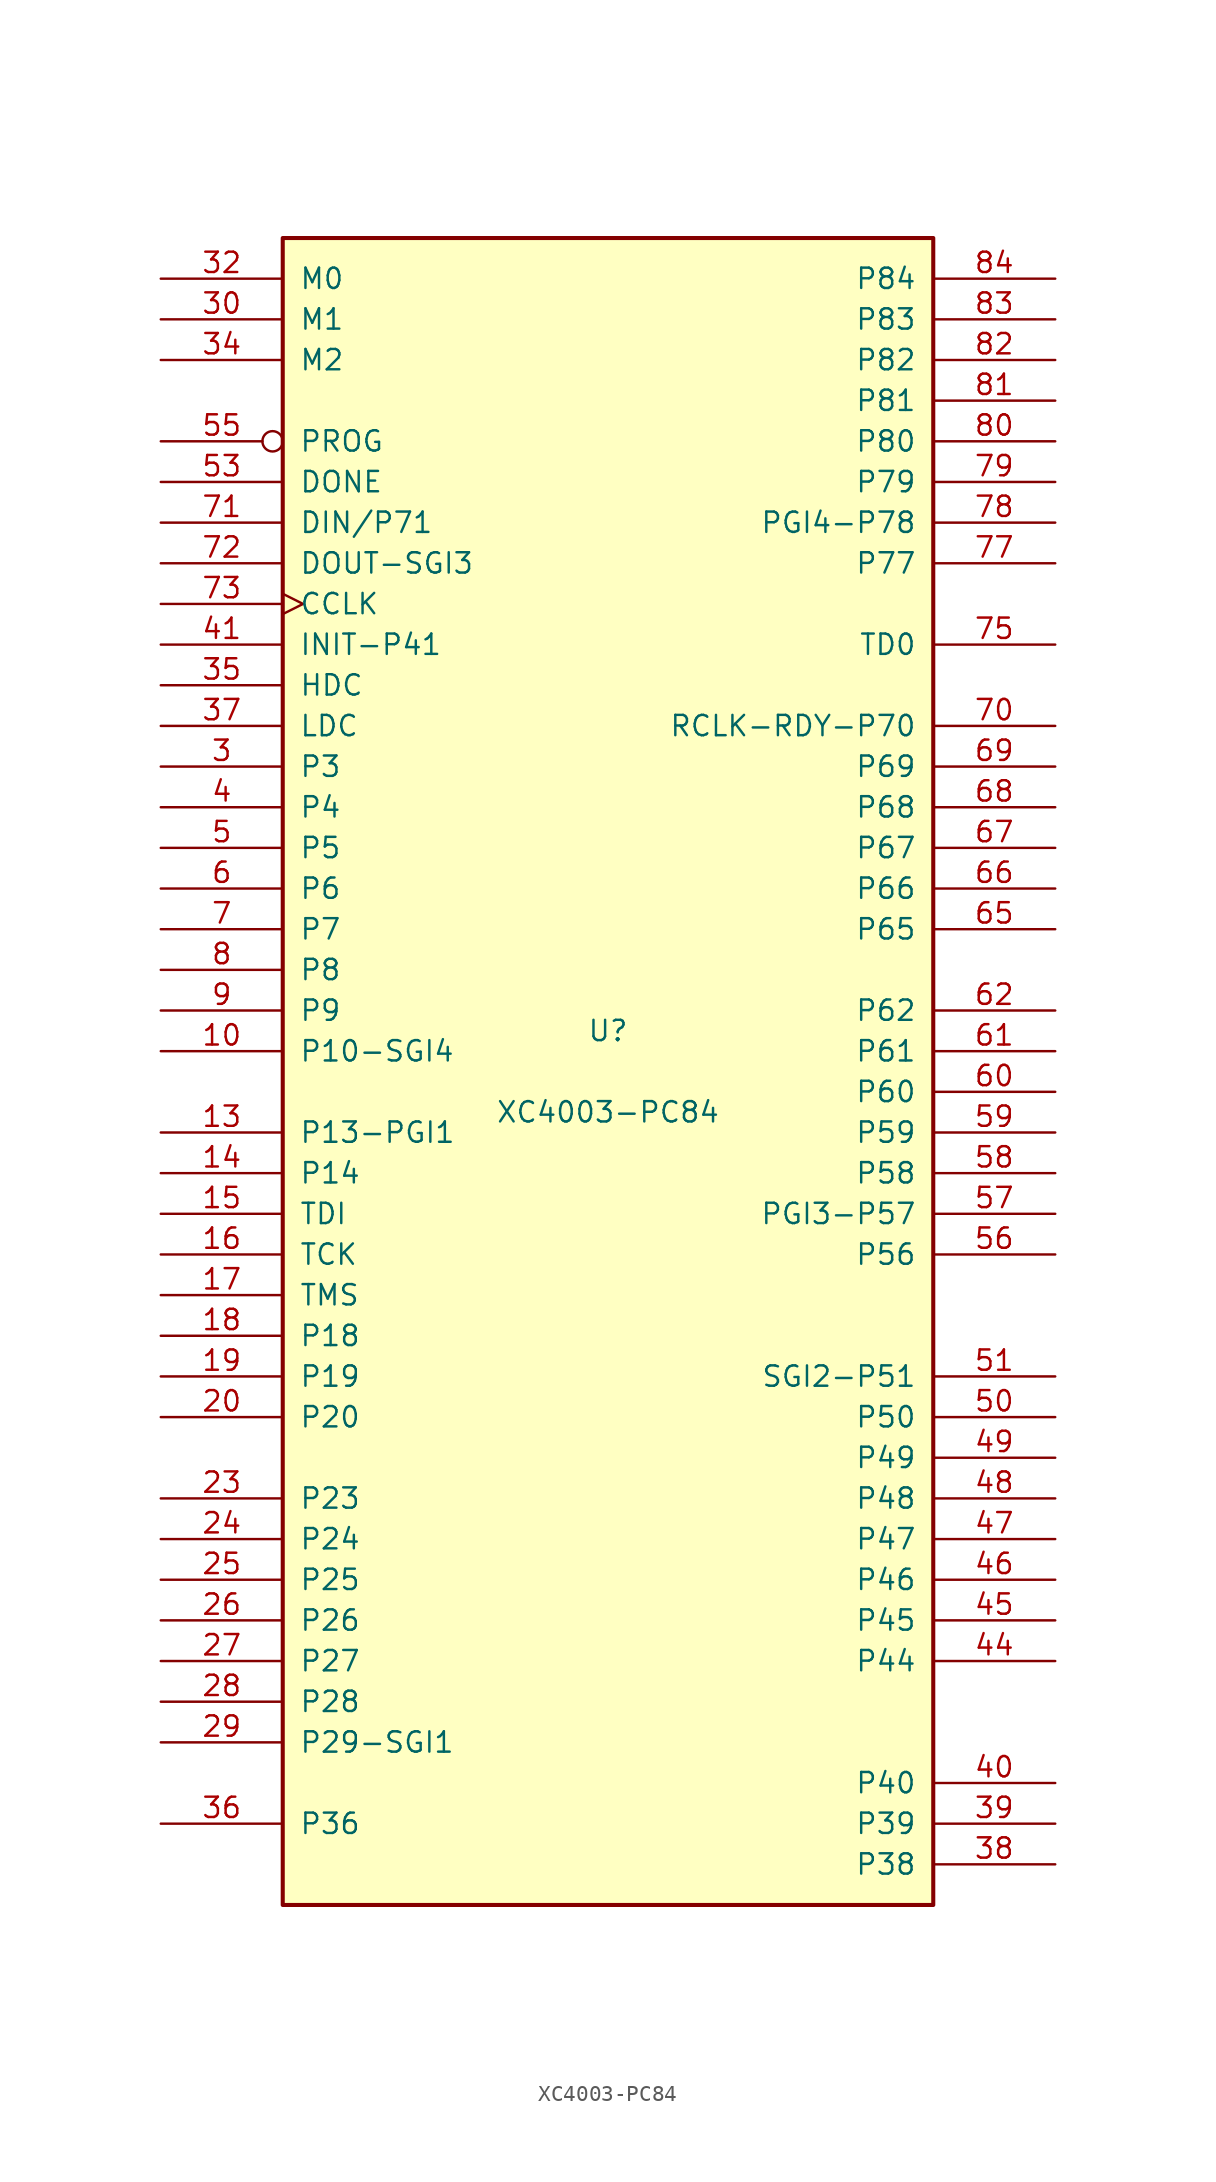
<source format=kicad_sym>
(kicad_symbol_lib
  (version 20211014)
  (generator kicad_symbol_editor)
  (symbol "XC4003-PC84"
    (pin_names
      (offset 1.016))
    (property "Reference" "U"
      (at 0 2.54 0)
      (effects (font (size 1.27 1.27))))
    (property "Value" "XC4003-PC84"
      (at 0 -2.54 0)
      (effects (font (size 1.27 1.27))))
    (symbol "XC4003-PC84_0_1"
      (rectangle (start -20.32 -52.07) (end 20.32 52.07) (stroke (width 0.254) (type default) (color 0 0 0 0)) (fill (type background))))
    (symbol "XC4003-PC84_1_1"
      (pin power_in line (at -10.16 -52.07 90) (length 0) hide (name "GND" (effects (font (size 1.27 1.27)))) (number "1" (effects (font (size 1.27 1.27)))))
      (pin passive line (at -27.94 1.27 0) (length 7.62) (name "P10-SGI4" (effects (font (size 1.27 1.27)))) (number "10" (effects (font (size 1.27 1.27)))))
      (pin power_in line (at -2.54 52.07 270) (length 0) hide (name "VCC" (effects (font (size 1.27 1.27)))) (number "11" (effects (font (size 1.27 1.27)))))
      (pin power_in line (at -7.62 -52.07 90) (length 0) hide (name "GND" (effects (font (size 1.27 1.27)))) (number "12" (effects (font (size 1.27 1.27)))))
      (pin passive line (at -27.94 -3.81 0) (length 7.62) (name "P13-PGI1" (effects (font (size 1.27 1.27)))) (number "13" (effects (font (size 1.27 1.27)))))
      (pin passive line (at -27.94 -6.35 0) (length 7.62) (name "P14" (effects (font (size 1.27 1.27)))) (number "14" (effects (font (size 1.27 1.27)))))
      (pin passive line (at -27.94 -8.89 0) (length 7.62) (name "TDI" (effects (font (size 1.27 1.27)))) (number "15" (effects (font (size 1.27 1.27)))))
      (pin passive line (at -27.94 -11.43 0) (length 7.62) (name "TCK" (effects (font (size 1.27 1.27)))) (number "16" (effects (font (size 1.27 1.27)))))
      (pin passive line (at -27.94 -13.97 0) (length 7.62) (name "TMS" (effects (font (size 1.27 1.27)))) (number "17" (effects (font (size 1.27 1.27)))))
      (pin passive line (at -27.94 -16.51 0) (length 7.62) (name "P18" (effects (font (size 1.27 1.27)))) (number "18" (effects (font (size 1.27 1.27)))))
      (pin passive line (at -27.94 -19.05 0) (length 7.62) (name "P19" (effects (font (size 1.27 1.27)))) (number "19" (effects (font (size 1.27 1.27)))))
      (pin power_in line (at -5.08 52.07 270) (length 0) hide (name "VCC" (effects (font (size 1.27 1.27)))) (number "2" (effects (font (size 1.27 1.27)))))
      (pin passive line (at -27.94 -21.59 0) (length 7.62) (name "P20" (effects (font (size 1.27 1.27)))) (number "20" (effects (font (size 1.27 1.27)))))
      (pin power_in line (at -5.08 -52.07 90) (length 0) hide (name "GND" (effects (font (size 1.27 1.27)))) (number "21" (effects (font (size 1.27 1.27)))))
      (pin passive line (at -27.94 -26.67 0) (length 7.62) (name "P23" (effects (font (size 1.27 1.27)))) (number "23" (effects (font (size 1.27 1.27)))))
      (pin passive line (at -27.94 -29.21 0) (length 7.62) (name "P24" (effects (font (size 1.27 1.27)))) (number "24" (effects (font (size 1.27 1.27)))))
      (pin passive line (at -27.94 -31.75 0) (length 7.62) (name "P25" (effects (font (size 1.27 1.27)))) (number "25" (effects (font (size 1.27 1.27)))))
      (pin passive line (at -27.94 -34.29 0) (length 7.62) (name "P26" (effects (font (size 1.27 1.27)))) (number "26" (effects (font (size 1.27 1.27)))))
      (pin passive line (at -27.94 -36.83 0) (length 7.62) (name "P27" (effects (font (size 1.27 1.27)))) (number "27" (effects (font (size 1.27 1.27)))))
      (pin passive line (at -27.94 -39.37 0) (length 7.62) (name "P28" (effects (font (size 1.27 1.27)))) (number "28" (effects (font (size 1.27 1.27)))))
      (pin passive line (at -27.94 -41.91 0) (length 7.62) (name "P29-SGI1" (effects (font (size 1.27 1.27)))) (number "29" (effects (font (size 1.27 1.27)))))
      (pin passive line (at -27.94 19.05 0) (length 7.62) (name "P3" (effects (font (size 1.27 1.27)))) (number "3" (effects (font (size 1.27 1.27)))))
      (pin input line (at -27.94 46.99 0) (length 7.62) (name "M1" (effects (font (size 1.27 1.27)))) (number "30" (effects (font (size 1.27 1.27)))))
      (pin power_in line (at -2.54 -52.07 90) (length 0) hide (name "GND" (effects (font (size 1.27 1.27)))) (number "31" (effects (font (size 1.27 1.27)))))
      (pin input line (at -27.94 49.53 0) (length 7.62) (name "M0" (effects (font (size 1.27 1.27)))) (number "32" (effects (font (size 1.27 1.27)))))
      (pin power_in line (at 0 52.07 270) (length 0) hide (name "VCC" (effects (font (size 1.27 1.27)))) (number "33" (effects (font (size 1.27 1.27)))))
      (pin input line (at -27.94 44.45 0) (length 7.62) (name "M2" (effects (font (size 1.27 1.27)))) (number "34" (effects (font (size 1.27 1.27)))))
      (pin passive line (at -27.94 24.13 0) (length 7.62) (name "HDC" (effects (font (size 1.27 1.27)))) (number "35" (effects (font (size 1.27 1.27)))))
      (pin bidirectional line (at -27.94 -46.99 0) (length 7.62) (name "P36" (effects (font (size 1.27 1.27)))) (number "36" (effects (font (size 1.27 1.27)))))
      (pin passive line (at -27.94 21.59 0) (length 7.62) (name "LDC" (effects (font (size 1.27 1.27)))) (number "37" (effects (font (size 1.27 1.27)))))
      (pin passive line (at 27.94 -49.53 180) (length 7.62) (name "P38" (effects (font (size 1.27 1.27)))) (number "38" (effects (font (size 1.27 1.27)))))
      (pin passive line (at 27.94 -46.99 180) (length 7.62) (name "P39" (effects (font (size 1.27 1.27)))) (number "39" (effects (font (size 1.27 1.27)))))
      (pin passive line (at -27.94 16.51 0) (length 7.62) (name "P4" (effects (font (size 1.27 1.27)))) (number "4" (effects (font (size 1.27 1.27)))))
      (pin passive line (at 27.94 -44.45 180) (length 7.62) (name "P40" (effects (font (size 1.27 1.27)))) (number "40" (effects (font (size 1.27 1.27)))))
      (pin bidirectional line (at -27.94 26.67 0) (length 7.62) (name "INIT-P41" (effects (font (size 1.27 1.27)))) (number "41" (effects (font (size 1.27 1.27)))))
      (pin power_in line (at 2.54 52.07 270) (length 0) hide (name "VCC" (effects (font (size 1.27 1.27)))) (number "42" (effects (font (size 1.27 1.27)))))
      (pin power_in line (at 0 -52.07 90) (length 0) hide (name "GND" (effects (font (size 1.27 1.27)))) (number "43" (effects (font (size 1.27 1.27)))))
      (pin passive line (at 27.94 -36.83 180) (length 7.62) (name "P44" (effects (font (size 1.27 1.27)))) (number "44" (effects (font (size 1.27 1.27)))))
      (pin passive line (at 27.94 -34.29 180) (length 7.62) (name "P45" (effects (font (size 1.27 1.27)))) (number "45" (effects (font (size 1.27 1.27)))))
      (pin passive line (at 27.94 -31.75 180) (length 7.62) (name "P46" (effects (font (size 1.27 1.27)))) (number "46" (effects (font (size 1.27 1.27)))))
      (pin passive line (at 27.94 -29.21 180) (length 7.62) (name "P47" (effects (font (size 1.27 1.27)))) (number "47" (effects (font (size 1.27 1.27)))))
      (pin passive line (at 27.94 -26.67 180) (length 7.62) (name "P48" (effects (font (size 1.27 1.27)))) (number "48" (effects (font (size 1.27 1.27)))))
      (pin passive line (at 27.94 -24.13 180) (length 7.62) (name "P49" (effects (font (size 1.27 1.27)))) (number "49" (effects (font (size 1.27 1.27)))))
      (pin passive line (at -27.94 13.97 0) (length 7.62) (name "P5" (effects (font (size 1.27 1.27)))) (number "5" (effects (font (size 1.27 1.27)))))
      (pin passive line (at 27.94 -21.59 180) (length 7.62) (name "P50" (effects (font (size 1.27 1.27)))) (number "50" (effects (font (size 1.27 1.27)))))
      (pin passive line (at 27.94 -19.05 180) (length 7.62) (name "SGI2-P51" (effects (font (size 1.27 1.27)))) (number "51" (effects (font (size 1.27 1.27)))))
      (pin power_in line (at 2.54 -52.07 90) (length 0) hide (name "GND" (effects (font (size 1.27 1.27)))) (number "52" (effects (font (size 1.27 1.27)))))
      (pin bidirectional line (at -27.94 36.83 0) (length 7.62) (name "DONE" (effects (font (size 1.27 1.27)))) (number "53" (effects (font (size 1.27 1.27)))))
      (pin power_in line (at 5.08 52.07 270) (length 0) hide (name "VCC" (effects (font (size 1.27 1.27)))) (number "54" (effects (font (size 1.27 1.27)))))
      (pin input inverted (at -27.94 39.37 0) (length 7.62) (name "PROG" (effects (font (size 1.27 1.27)))) (number "55" (effects (font (size 1.27 1.27)))))
      (pin passive line (at 27.94 -11.43 180) (length 7.62) (name "P56" (effects (font (size 1.27 1.27)))) (number "56" (effects (font (size 1.27 1.27)))))
      (pin passive line (at 27.94 -8.89 180) (length 7.62) (name "PGI3-P57" (effects (font (size 1.27 1.27)))) (number "57" (effects (font (size 1.27 1.27)))))
      (pin passive line (at 27.94 -6.35 180) (length 7.62) (name "P58" (effects (font (size 1.27 1.27)))) (number "58" (effects (font (size 1.27 1.27)))))
      (pin passive line (at 27.94 -3.81 180) (length 7.62) (name "P59" (effects (font (size 1.27 1.27)))) (number "59" (effects (font (size 1.27 1.27)))))
      (pin passive line (at -27.94 11.43 0) (length 7.62) (name "P6" (effects (font (size 1.27 1.27)))) (number "6" (effects (font (size 1.27 1.27)))))
      (pin passive line (at 27.94 -1.27 180) (length 7.62) (name "P60" (effects (font (size 1.27 1.27)))) (number "60" (effects (font (size 1.27 1.27)))))
      (pin passive line (at 27.94 1.27 180) (length 7.62) (name "P61" (effects (font (size 1.27 1.27)))) (number "61" (effects (font (size 1.27 1.27)))))
      (pin passive line (at 27.94 3.81 180) (length 7.62) (name "P62" (effects (font (size 1.27 1.27)))) (number "62" (effects (font (size 1.27 1.27)))))
      (pin power_in line (at 5.08 -52.07 90) (length 0) hide (name "GND" (effects (font (size 1.27 1.27)))) (number "64" (effects (font (size 1.27 1.27)))))
      (pin passive line (at 27.94 8.89 180) (length 7.62) (name "P65" (effects (font (size 1.27 1.27)))) (number "65" (effects (font (size 1.27 1.27)))))
      (pin passive line (at 27.94 11.43 180) (length 7.62) (name "P66" (effects (font (size 1.27 1.27)))) (number "66" (effects (font (size 1.27 1.27)))))
      (pin passive line (at 27.94 13.97 180) (length 7.62) (name "P67" (effects (font (size 1.27 1.27)))) (number "67" (effects (font (size 1.27 1.27)))))
      (pin passive line (at 27.94 16.51 180) (length 7.62) (name "P68" (effects (font (size 1.27 1.27)))) (number "68" (effects (font (size 1.27 1.27)))))
      (pin passive line (at 27.94 19.05 180) (length 7.62) (name "P69" (effects (font (size 1.27 1.27)))) (number "69" (effects (font (size 1.27 1.27)))))
      (pin passive line (at -27.94 8.89 0) (length 7.62) (name "P7" (effects (font (size 1.27 1.27)))) (number "7" (effects (font (size 1.27 1.27)))))
      (pin passive line (at 27.94 21.59 180) (length 7.62) (name "RCLK-RDY-P70" (effects (font (size 1.27 1.27)))) (number "70" (effects (font (size 1.27 1.27)))))
      (pin input line (at -27.94 34.29 0) (length 7.62) (name "DIN/P71" (effects (font (size 1.27 1.27)))) (number "71" (effects (font (size 1.27 1.27)))))
      (pin passive line (at -27.94 31.75 0) (length 7.62) (name "DOUT-SGI3" (effects (font (size 1.27 1.27)))) (number "72" (effects (font (size 1.27 1.27)))))
      (pin passive clock (at -27.94 29.21 0) (length 7.62) (name "CCLK" (effects (font (size 1.27 1.27)))) (number "73" (effects (font (size 1.27 1.27)))))
      (pin power_in line (at 7.62 52.07 270) (length 0) hide (name "VCC" (effects (font (size 1.27 1.27)))) (number "74" (effects (font (size 1.27 1.27)))))
      (pin passive line (at 27.94 26.67 180) (length 7.62) (name "TD0" (effects (font (size 1.27 1.27)))) (number "75" (effects (font (size 1.27 1.27)))))
      (pin power_in line (at 7.62 -52.07 90) (length 0) hide (name "GND" (effects (font (size 1.27 1.27)))) (number "76" (effects (font (size 1.27 1.27)))))
      (pin passive line (at 27.94 31.75 180) (length 7.62) (name "P77" (effects (font (size 1.27 1.27)))) (number "77" (effects (font (size 1.27 1.27)))))
      (pin passive line (at 27.94 34.29 180) (length 7.62) (name "PGI4-P78" (effects (font (size 1.27 1.27)))) (number "78" (effects (font (size 1.27 1.27)))))
      (pin passive line (at 27.94 36.83 180) (length 7.62) (name "P79" (effects (font (size 1.27 1.27)))) (number "79" (effects (font (size 1.27 1.27)))))
      (pin passive line (at -27.94 6.35 0) (length 7.62) (name "P8" (effects (font (size 1.27 1.27)))) (number "8" (effects (font (size 1.27 1.27)))))
      (pin passive line (at 27.94 39.37 180) (length 7.62) (name "P80" (effects (font (size 1.27 1.27)))) (number "80" (effects (font (size 1.27 1.27)))))
      (pin passive line (at 27.94 41.91 180) (length 7.62) (name "P81" (effects (font (size 1.27 1.27)))) (number "81" (effects (font (size 1.27 1.27)))))
      (pin passive line (at 27.94 44.45 180) (length 7.62) (name "P82" (effects (font (size 1.27 1.27)))) (number "82" (effects (font (size 1.27 1.27)))))
      (pin passive line (at 27.94 46.99 180) (length 7.62) (name "P83" (effects (font (size 1.27 1.27)))) (number "83" (effects (font (size 1.27 1.27)))))
      (pin passive line (at 27.94 49.53 180) (length 7.62) (name "P84" (effects (font (size 1.27 1.27)))) (number "84" (effects (font (size 1.27 1.27)))))
      (pin passive line (at -27.94 3.81 0) (length 7.62) (name "P9" (effects (font (size 1.27 1.27)))) (number "9" (effects (font (size 1.27 1.27))))))))
</source>
